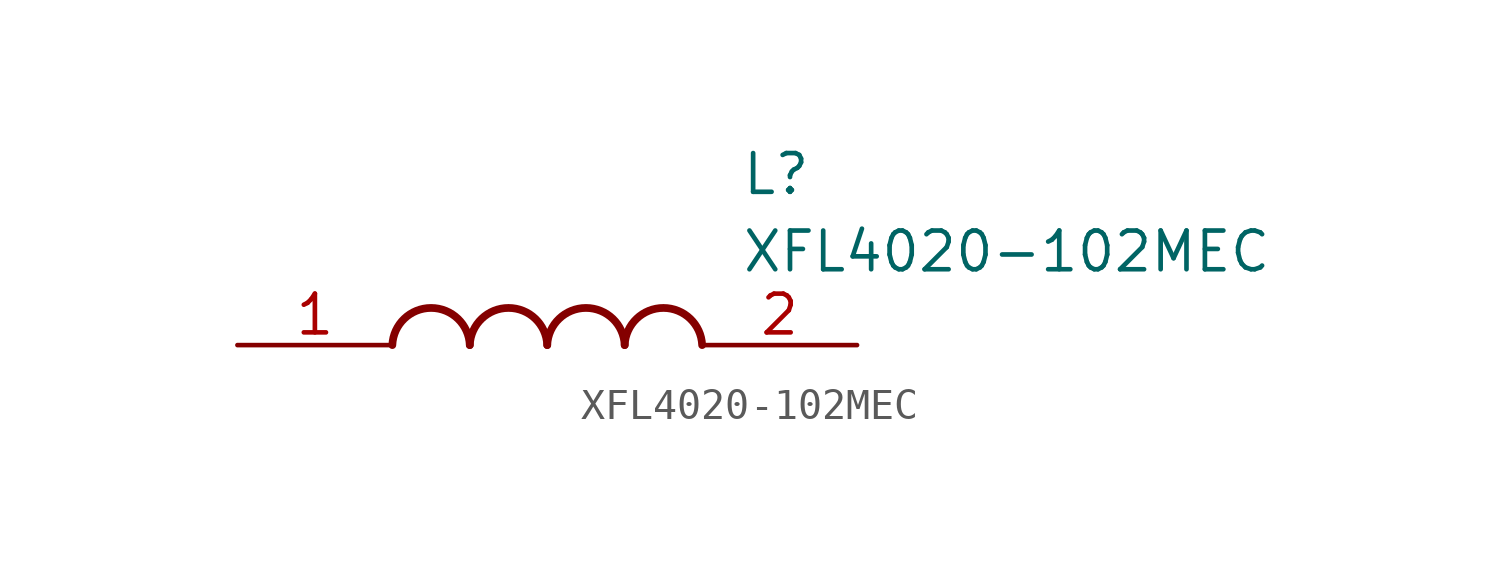
<source format=kicad_sym>
(kicad_symbol_lib
  (version 20211014)
  (generator SamacSys_ECAD_Model)
  (symbol "XFL4020-102MEC"
    (pin_names hide)
    (property "Reference" "L"
      (at 16.51 6.35 0)
      (effects (font (size 1.27 1.27)) (justify left top)))
    (property "Value" "XFL4020-102MEC"
      (at 16.51 3.81 0)
      (effects (font (size 1.27 1.27)) (justify left top)))
    (arc
      (start 7.62 0)
      (mid 6.35 1.219)
      (end 5.08 0)
      (stroke (width 0.254) (type default))
      (fill (type none)))
    (arc
      (start 10.16 0)
      (mid 8.89 1.219)
      (end 7.62 0)
      (stroke (width 0.254) (type default))
      (fill (type none)))
    (arc
      (start 12.7 0)
      (mid 11.43 1.219)
      (end 10.16 0)
      (stroke (width 0.254) (type default))
      (fill (type none)))
    (arc
      (start 15.24 0)
      (mid 13.97 1.219)
      (end 12.7 0)
      (stroke (width 0.254) (type default))
      (fill (type none)))
    (pin passive line
      (at 0 0 0)
      (length 5.08)
      (name "1" (effects (font (size 1.27 1.27))))
      (number "1" (effects (font (size 1.27 1.27)))))
    (pin passive line
      (at 20.32 0 180)
      (length 5.08)
      (name "2" (effects (font (size 1.27 1.27))))
      (number "2" (effects (font (size 1.27 1.27)))))))
</source>
